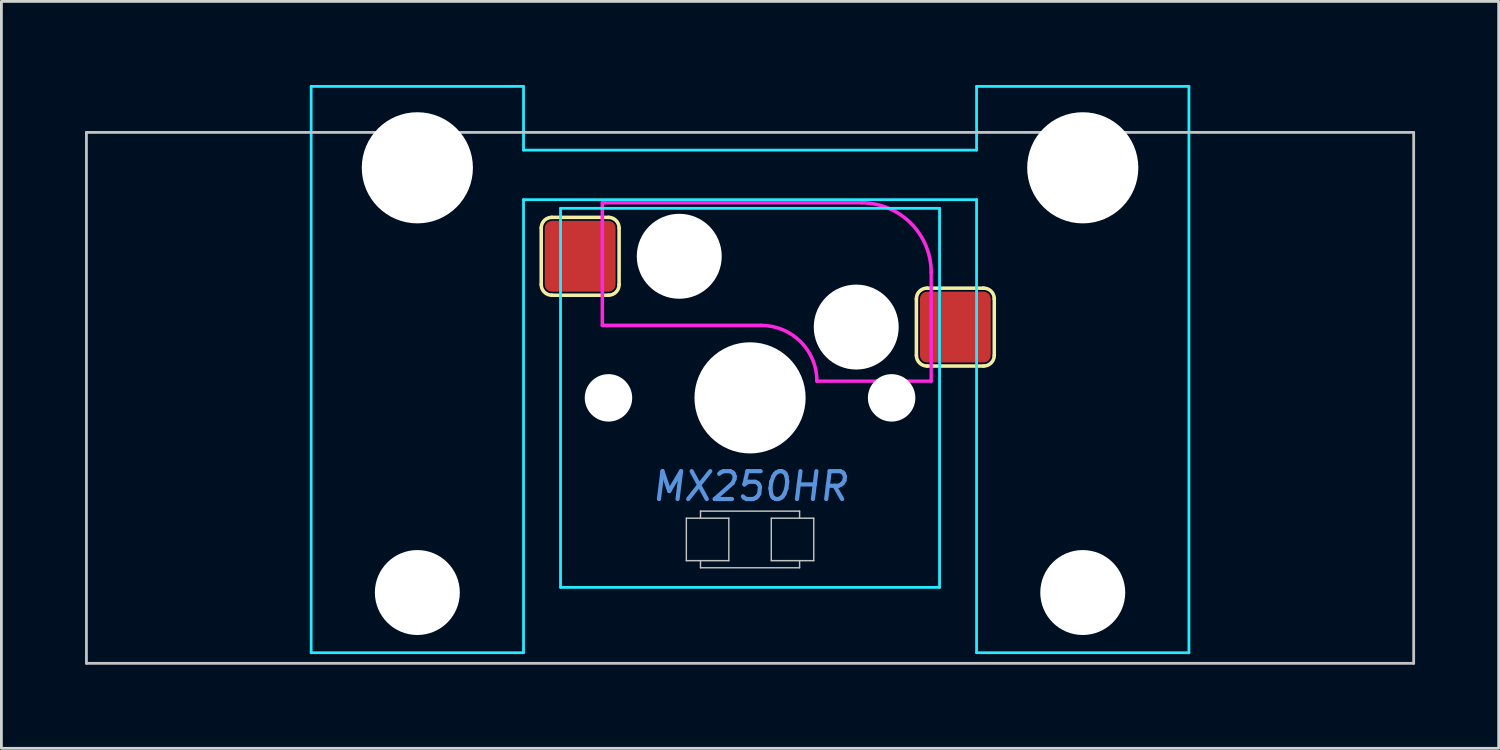
<source format=kicad_pcb>
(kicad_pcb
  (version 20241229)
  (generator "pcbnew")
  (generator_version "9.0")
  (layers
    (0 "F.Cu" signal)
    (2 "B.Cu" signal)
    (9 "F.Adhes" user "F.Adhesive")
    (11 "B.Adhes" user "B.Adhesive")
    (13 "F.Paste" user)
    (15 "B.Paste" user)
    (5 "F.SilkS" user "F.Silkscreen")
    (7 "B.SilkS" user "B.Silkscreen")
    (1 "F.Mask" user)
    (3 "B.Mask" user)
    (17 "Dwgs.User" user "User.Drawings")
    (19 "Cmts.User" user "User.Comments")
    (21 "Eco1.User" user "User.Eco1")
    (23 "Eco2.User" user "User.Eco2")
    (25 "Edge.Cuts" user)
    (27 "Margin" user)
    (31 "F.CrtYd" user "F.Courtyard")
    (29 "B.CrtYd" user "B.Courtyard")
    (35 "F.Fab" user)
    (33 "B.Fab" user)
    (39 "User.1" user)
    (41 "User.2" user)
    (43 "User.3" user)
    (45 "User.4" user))
  (footprint "MX250HR"
    (layer "F.Cu")
    (at 23.863 11.226)
    (property "Reference" "MX250HR" (at 0 3.175 0) (layer "Cmts.User") (effects (font (size 1 1) (thickness 0.15) (italic yes))))
    (attr smd)
    (fp_line (start -7.493 -6.096) (end -7.493 -4.064) (stroke (width 0.127) (type solid)) (layer "F.SilkS"))
    (fp_line (start -7.112 -3.683) (end -5.08 -3.683) (stroke (width 0.127) (type solid)) (layer "F.SilkS"))
    (fp_line (start -5.08 -6.477) (end -7.112 -6.477) (stroke (width 0.127) (type solid)) (layer "F.SilkS"))
    (fp_line (start -4.699 -4.064) (end -4.699 -6.096) (stroke (width 0.127) (type solid)) (layer "F.SilkS"))
    (fp_line (start 5.969 -3.556) (end 5.969 -1.524) (stroke (width 0.127) (type solid)) (layer "F.SilkS"))
    (fp_line (start 6.35 -1.143) (end 8.382 -1.143) (stroke (width 0.127) (type solid)) (layer "F.SilkS"))
    (fp_line (start 8.382 -3.937) (end 6.35 -3.937) (stroke (width 0.127) (type solid)) (layer "F.SilkS"))
    (fp_line (start 8.763 -1.524) (end 8.763 -3.556) (stroke (width 0.127) (type solid)) (layer "F.SilkS"))
    (fp_arc (start -7.493 -6.096) (mid -7.381408 -6.365408) (end -7.112 -6.477) (stroke (width 0.127) (type solid)) (layer "F.SilkS"))
    (fp_arc (start -7.112 -3.683) (mid -7.381408 -3.794592) (end -7.493 -4.064) (stroke (width 0.127) (type solid)) (layer "F.SilkS"))
    (fp_arc (start -5.08 -6.477) (mid -4.810592 -6.365408) (end -4.699 -6.096) (stroke (width 0.127) (type solid)) (layer "F.SilkS"))
    (fp_arc (start -4.699 -4.064) (mid -4.810592 -3.794592) (end -5.08 -3.683) (stroke (width 0.127) (type solid)) (layer "F.SilkS"))
    (fp_arc (start 5.969 -3.556) (mid 6.080592 -3.825408) (end 6.35 -3.937) (stroke (width 0.127) (type solid)) (layer "F.SilkS"))
    (fp_arc (start 6.35 -1.143) (mid 6.080592 -1.254592) (end 5.969 -1.524) (stroke (width 0.127) (type solid)) (layer "F.SilkS"))
    (fp_arc (start 8.382 -3.937) (mid 8.651408 -3.825408) (end 8.763 -3.556) (stroke (width 0.127) (type solid)) (layer "F.SilkS"))
    (fp_arc (start 8.763 -1.524) (mid 8.651408 -1.254592) (end 8.382 -1.143) (stroke (width 0.127) (type solid)) (layer "F.SilkS"))
    (fp_line (start -23.812 -9.525) (end -23.812 9.525) (stroke (width 0.1) (type solid)) (layer "Dwgs.User"))
    (fp_line (start -23.812 -9.525) (end 23.812 -9.525) (stroke (width 0.1) (type solid)) (layer "Dwgs.User"))
    (fp_line (start -23.812 9.525) (end 23.812 9.525) (stroke (width 0.1) (type solid)) (layer "Dwgs.User"))
    (fp_line (start -2.286 4.318) (end -0.762 4.318) (stroke (width 0.051) (type solid)) (layer "Dwgs.User"))
    (fp_line (start -2.286 5.842) (end -2.286 4.318) (stroke (width 0.051) (type solid)) (layer "Dwgs.User"))
    (fp_line (start -1.778 4.064) (end 1.778 4.064) (stroke (width 0.051) (type solid)) (layer "Dwgs.User"))
    (fp_line (start -1.778 4.318) (end -1.778 4.064) (stroke (width 0.051) (type solid)) (layer "Dwgs.User"))
    (fp_line (start -1.778 6.096) (end -1.778 5.842) (stroke (width 0.051) (type solid)) (layer "Dwgs.User"))
    (fp_line (start -0.762 4.318) (end -0.762 5.842) (stroke (width 0.051) (type solid)) (layer "Dwgs.User"))
    (fp_line (start -0.762 5.842) (end -2.286 5.842) (stroke (width 0.051) (type solid)) (layer "Dwgs.User"))
    (fp_line (start 0.762 4.318) (end 2.286 4.318) (stroke (width 0.051) (type solid)) (layer "Dwgs.User"))
    (fp_line (start 0.762 5.842) (end 0.762 4.318) (stroke (width 0.051) (type solid)) (layer "Dwgs.User"))
    (fp_line (start 1.778 4.064) (end 1.778 4.318) (stroke (width 0.051) (type solid)) (layer "Dwgs.User"))
    (fp_line (start 1.778 5.842) (end 1.778 6.096) (stroke (width 0.051) (type solid)) (layer "Dwgs.User"))
    (fp_line (start 1.778 6.096) (end -1.778 6.096) (stroke (width 0.051) (type solid)) (layer "Dwgs.User"))
    (fp_line (start 2.286 4.318) (end 2.286 5.842) (stroke (width 0.051) (type solid)) (layer "Dwgs.User"))
    (fp_line (start 2.286 5.842) (end 0.762 5.842) (stroke (width 0.051) (type solid)) (layer "Dwgs.User"))
    (fp_line (start 23.812 -9.525) (end 23.812 9.525) (stroke (width 0.1) (type solid)) (layer "Dwgs.User"))
    (fp_line (start -15.438 -8.515) (end -15.438 5.485) (stroke (width 0.1) (type solid)) (layer "Eco1.User"))
    (fp_line (start -14.938 -9.015) (end -8.938 -9.015) (stroke (width 0.1) (type solid)) (layer "Eco1.User"))
    (fp_line (start -8.938 5.985) (end -14.938 5.985) (stroke (width 0.1) (type solid)) (layer "Eco1.User"))
    (fp_line (start -8.438 5.485) (end -8.438 -8.515) (stroke (width 0.1) (type solid)) (layer "Eco1.User"))
    (fp_line (start -7 -6.5) (end -7 6.5) (stroke (width 0.1) (type solid)) (layer "Eco1.User"))
    (fp_line (start -6.5 7) (end 6.5 7) (stroke (width 0.1) (type solid)) (layer "Eco1.User"))
    (fp_line (start 6.5 -7) (end -6.5 -7) (stroke (width 0.1) (type solid)) (layer "Eco1.User"))
    (fp_line (start 7 6.5) (end 7 -6.5) (stroke (width 0.1) (type solid)) (layer "Eco1.User"))
    (fp_line (start 8.438 -8.515) (end 8.438 5.485) (stroke (width 0.1) (type solid)) (layer "Eco1.User"))
    (fp_line (start 8.938 -9.015) (end 14.938 -9.015) (stroke (width 0.1) (type solid)) (layer "Eco1.User"))
    (fp_line (start 14.938 5.985) (end 8.938 5.985) (stroke (width 0.1) (type solid)) (layer "Eco1.User"))
    (fp_line (start 15.438 5.485) (end 15.438 -8.515) (stroke (width 0.1) (type solid)) (layer "Eco1.User"))
    (fp_arc (start -15.438 -8.515) (mid -15.291553 -8.868553) (end -14.938 -9.015) (stroke (width 0.1) (type solid)) (layer "Eco1.User"))
    (fp_arc (start -14.938 5.985) (mid -15.291553 5.838553) (end -15.438 5.485) (stroke (width 0.1) (type solid)) (layer "Eco1.User"))
    (fp_arc (start -8.938 -9.015) (mid -8.584447 -8.868553) (end -8.438 -8.515) (stroke (width 0.1) (type solid)) (layer "Eco1.User"))
    (fp_arc (start -8.438 5.485) (mid -8.584447 5.838553) (end -8.938 5.985) (stroke (width 0.1) (type solid)) (layer "Eco1.User"))
    (fp_arc (start -7 -6.5) (mid -6.853553 -6.853553) (end -6.5 -7) (stroke (width 0.1) (type solid)) (layer "Eco1.User"))
    (fp_arc (start -6.5 7) (mid -6.853553 6.853553) (end -7 6.5) (stroke (width 0.1) (type solid)) (layer "Eco1.User"))
    (fp_arc (start 6.5 -7) (mid 6.853553 -6.853553) (end 7 -6.5) (stroke (width 0.1) (type solid)) (layer "Eco1.User"))
    (fp_arc (start 7 6.5) (mid 6.853553 6.853553) (end 6.5 7) (stroke (width 0.1) (type solid)) (layer "Eco1.User"))
    (fp_arc (start 8.438 -8.515) (mid 8.584447 -8.868553) (end 8.938 -9.015) (stroke (width 0.1) (type solid)) (layer "Eco1.User"))
    (fp_arc (start 8.938 5.985) (mid 8.584447 5.838553) (end 8.438 5.485) (stroke (width 0.1) (type solid)) (layer "Eco1.User"))
    (fp_arc (start 14.938 -9.015) (mid 15.291553 -8.868553) (end 15.438 -8.515) (stroke (width 0.1) (type solid)) (layer "Eco1.User"))
    (fp_arc (start 15.438 5.485) (mid 15.291553 5.838553) (end 14.938 5.985) (stroke (width 0.1) (type solid)) (layer "Eco1.User"))
    (fp_line (start -15.748 -11.176) (end -8.128 -11.176) (stroke (width 0.1) (type solid)) (layer "B.CrtYd"))
    (fp_line (start -15.748 9.144) (end -15.748 -11.176) (stroke (width 0.1) (type solid)) (layer "B.CrtYd"))
    (fp_line (start -8.128 -8.89) (end -8.128 -11.176) (stroke (width 0.1) (type solid)) (layer "B.CrtYd"))
    (fp_line (start -8.128 -7.112) (end -8.128 9.142) (stroke (width 0.1) (type solid)) (layer "B.CrtYd"))
    (fp_line (start -8.128 9.144) (end -15.748 9.144) (stroke (width 0.1) (type solid)) (layer "B.CrtYd"))
    (fp_line (start -6.8 -6.8) (end -6.8 6.8) (stroke (width 0.1) (type solid)) (layer "B.CrtYd"))
    (fp_line (start 6.8 -6.8) (end -6.8 -6.8) (stroke (width 0.1) (type solid)) (layer "B.CrtYd"))
    (fp_line (start 6.8 -6.8) (end 6.8 6.8) (stroke (width 0.1) (type solid)) (layer "B.CrtYd"))
    (fp_line (start 6.8 6.8) (end -6.8 6.8) (stroke (width 0.1) (type solid)) (layer "B.CrtYd"))
    (fp_line (start 8.128 -8.89) (end -8.128 -8.89) (stroke (width 0.1) (type solid)) (layer "B.CrtYd"))
    (fp_line (start 8.128 -8.89) (end 8.128 -11.176) (stroke (width 0.1) (type solid)) (layer "B.CrtYd"))
    (fp_line (start 8.128 -7.112) (end -8.128 -7.112) (stroke (width 0.1) (type solid)) (layer "B.CrtYd"))
    (fp_line (start 8.128 -7.112) (end 8.128 9.144) (stroke (width 0.1) (type solid)) (layer "B.CrtYd"))
    (fp_line (start 8.128 9.144) (end 15.748 9.144) (stroke (width 0.1) (type solid)) (layer "B.CrtYd"))
    (fp_line (start 15.748 -11.176) (end 8.128 -11.176) (stroke (width 0.1) (type solid)) (layer "B.CrtYd"))
    (fp_line (start 15.748 9.144) (end 15.748 -11.176) (stroke (width 0.1) (type solid)) (layer "B.CrtYd"))
    (fp_line (start -5.3 -7) (end -5.3 -2.6) (stroke (width 0.127) (type solid)) (layer "F.CrtYd"))
    (fp_line (start -5.2 -7) (end -5.3 -7) (stroke (width 0.12) (type solid)) (layer "F.CrtYd"))
    (fp_line (start 0.4 -2.6) (end -5.3 -2.6) (stroke (width 0.127) (type solid)) (layer "F.CrtYd"))
    (fp_line (start 4 -7) (end -5.2 -7) (stroke (width 0.12) (type solid)) (layer "F.CrtYd"))
    (fp_line (start 6.5 -4.5) (end 6.5 -0.6) (stroke (width 0.12) (type solid)) (layer "F.CrtYd"))
    (fp_line (start 6.5 -0.6) (end 2.4 -0.6) (stroke (width 0.12) (type solid)) (layer "F.CrtYd"))
    (fp_arc (start 0.4 -2.6) (mid 1.814214 -2.014214) (end 2.4 -0.6) (stroke (width 0.127) (type solid)) (layer "F.CrtYd"))
    (fp_arc (start 4 -7) (mid 5.767767 -6.267767) (end 6.5 -4.5) (stroke (width 0.127) (type solid)) (layer "F.CrtYd"))
    (pad "" np_thru_hole circle (at -11.938 -8.255 180) (size 3.988 3.988) (drill 3.988) (layers "*.Cu" "*.Mask"))
    (pad "" np_thru_hole circle (at -11.938 6.985 180) (size 3.048 3.048) (drill 3.048) (layers "*.Cu" "*.Mask"))
    (pad "" np_thru_hole circle (at -5.08 0) (size 1.702 1.702) (drill 1.702) (layers "*.Cu" "*.Mask"))
    (pad "" np_thru_hole circle (at -2.54 -5.08) (size 3.048 3.048) (drill 3.048) (layers "*.Cu" "*.Mask"))
    (pad "" np_thru_hole circle (at 0 0) (size 3.988 3.988) (drill 3.988) (layers "*.Cu" "*.Mask"))
    (pad "" np_thru_hole circle (at 3.81 -2.54) (size 3.048 3.048) (drill 3.048) (layers "*.Cu" "*.Mask"))
    (pad "" np_thru_hole circle (at 5.08 0) (size 1.702 1.702) (drill 1.702) (layers "*.Cu" "*.Mask"))
    (pad "" np_thru_hole circle (at 11.938 -8.255 180) (size 3.988 3.988) (drill 3.988) (layers "*.Cu" "*.Mask"))
    (pad "" np_thru_hole circle (at 11.938 6.985 180) (size 3.048 3.048) (drill 3.048) (layers "*.Cu" "*.Mask"))
    (pad "1" smd roundrect (at -6.096 -5.08) (size 2.54 2.54) (layers "F.Cu" "F.Mask") (roundrect_rratio 0.1))
    (pad "2" smd roundrect (at 7.366 -2.54) (size 2.54 2.54) (layers "F.Cu" "F.Mask") (roundrect_rratio 0.1)))
  (gr_rect
    (start -3 -3)
    (end 50.725 23.801)
    (stroke (width 0.1) (type default))
    (fill no)
    (layer "Edge.Cuts")))
</source>
